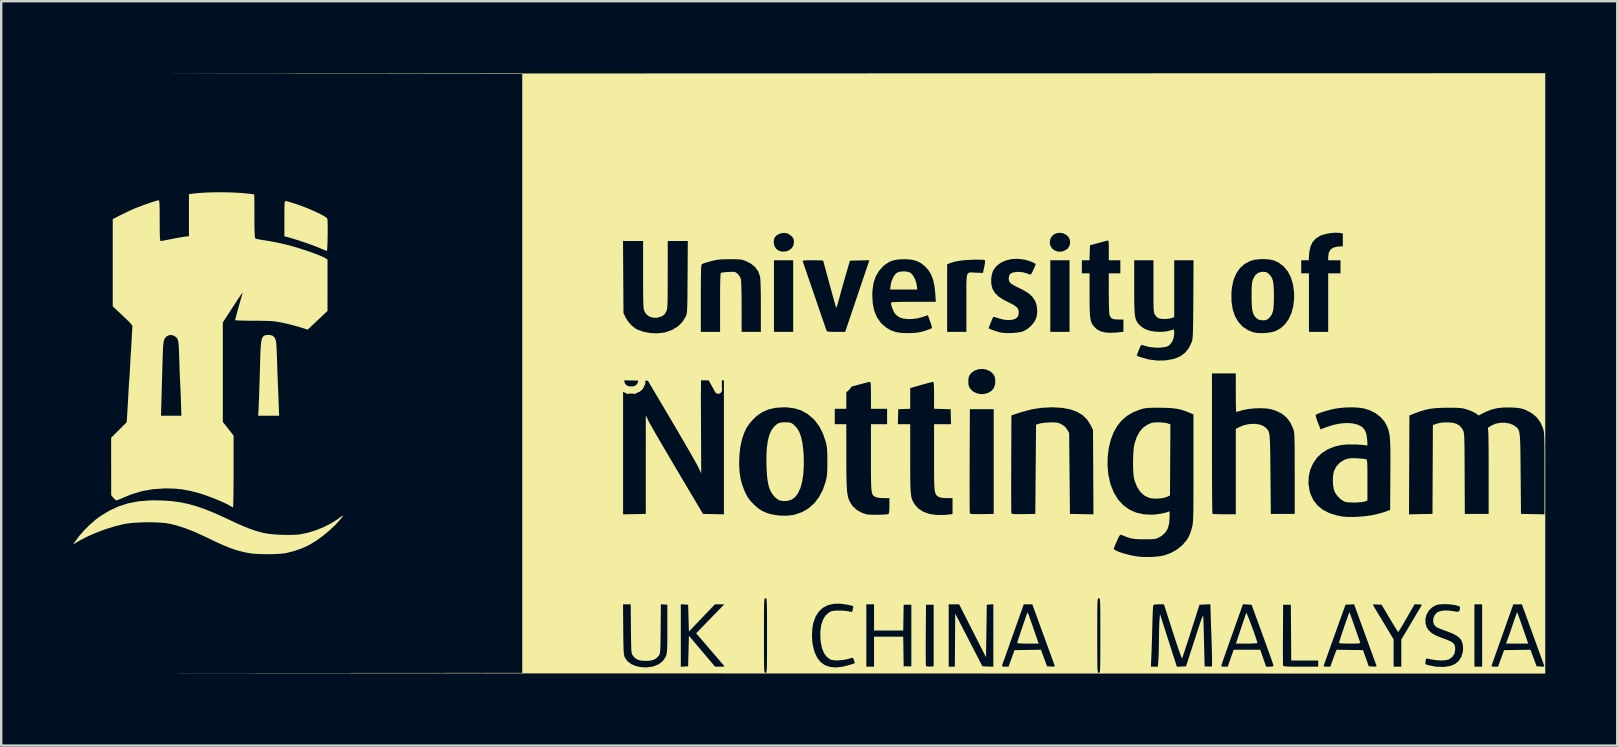
<source format=kicad_pcb>
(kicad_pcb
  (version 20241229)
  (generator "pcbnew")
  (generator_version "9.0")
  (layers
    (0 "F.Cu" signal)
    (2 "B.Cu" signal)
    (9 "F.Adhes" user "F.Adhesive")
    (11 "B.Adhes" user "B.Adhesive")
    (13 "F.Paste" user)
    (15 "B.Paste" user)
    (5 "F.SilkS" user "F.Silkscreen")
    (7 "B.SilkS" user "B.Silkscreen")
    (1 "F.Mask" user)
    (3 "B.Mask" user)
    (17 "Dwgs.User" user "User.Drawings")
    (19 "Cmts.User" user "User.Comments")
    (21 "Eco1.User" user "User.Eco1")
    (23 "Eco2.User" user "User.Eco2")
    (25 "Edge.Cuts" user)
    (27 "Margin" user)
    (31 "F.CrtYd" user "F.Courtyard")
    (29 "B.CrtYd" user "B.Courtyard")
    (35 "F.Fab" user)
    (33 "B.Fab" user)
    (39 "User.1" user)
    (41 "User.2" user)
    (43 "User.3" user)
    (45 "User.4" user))
  (footprint "UONLogo"
    (layer "F.Cu")
    (at 27.528 12.508)
    (property "Reference" "UONLogo" (at 0 0 0) (layer "F.SilkS") (effects (font (size 1.524 1.524) (thickness 0.3))))
    (attr board_only exclude_from_pos_files exclude_from_bom)
    (fp_poly (pts (xy 7.176 -4.247) (xy 7.308 -4.215) (xy 7.366 -4.184) (xy 7.46 -4.083) (xy 7.541 -3.938) (xy 7.598 -3.767) (xy 7.617 -3.664) (xy 7.639 -3.496) (xy 6.508 -3.496) (xy 6.528 -3.664) (xy 6.567 -3.841) (xy 6.635 -4.004) (xy 6.721 -4.132) (xy 6.777 -4.184) (xy 6.886 -4.231) (xy 7.027 -4.252)) (stroke (width 0) (type solid)) (fill yes) (layer "F.SilkS"))
    (fp_poly (pts (xy 32.647 9.981) (xy 32.678 10.065) (xy 32.723 10.192) (xy 32.78 10.352) (xy 32.845 10.537) (xy 32.869 10.608) (xy 33.094 11.257) (xy 32.169 11.257) (xy 32.259 11.008) (xy 32.306 10.878) (xy 32.365 10.709) (xy 32.428 10.524) (xy 32.486 10.349) (xy 32.537 10.2) (xy 32.581 10.076) (xy 32.614 9.99) (xy 32.632 9.95) (xy 32.634 9.949)) (stroke (width 0) (type solid)) (fill yes) (layer "F.SilkS"))
    (fp_poly (pts (xy 12.251 9.982) (xy 12.282 10.066) (xy 12.327 10.193) (xy 12.384 10.353) (xy 12.449 10.538) (xy 12.473 10.609) (xy 12.698 11.257) (xy 12.25 11.257) (xy 12.089 11.255) (xy 11.953 11.251) (xy 11.855 11.244) (xy 11.806 11.236) (xy 11.802 11.233) (xy 11.812 11.193) (xy 11.838 11.106) (xy 11.878 10.982) (xy 11.927 10.832) (xy 11.983 10.667) (xy 12.04 10.497) (xy 12.097 10.332) (xy 12.148 10.185) (xy 12.191 10.065) (xy 12.222 9.983) (xy 12.237 9.95) (xy 12.237 9.949)) (stroke (width 0) (type solid)) (fill yes) (layer "F.SilkS"))
    (fp_poly (pts (xy 21.36 9.992) (xy 21.391 10.06) (xy 21.435 10.168) (xy 21.489 10.305) (xy 21.548 10.462) (xy 21.609 10.628) (xy 21.668 10.792) (xy 21.722 10.944) (xy 21.765 11.074) (xy 21.795 11.172) (xy 21.808 11.226) (xy 21.808 11.229) (xy 21.778 11.239) (xy 21.695 11.248) (xy 21.571 11.254) (xy 21.418 11.257) (xy 21.361 11.257) (xy 20.915 11.257) (xy 21.121 10.639) (xy 21.185 10.449) (xy 21.242 10.278) (xy 21.29 10.136) (xy 21.325 10.032) (xy 21.344 9.978) (xy 21.346 9.974)) (stroke (width 0) (type solid)) (fill yes) (layer "F.SilkS"))
    (fp_poly (pts (xy 17.828 2.044) (xy 17.96 2.058) (xy 18.057 2.078) (xy 18.064 2.081) (xy 18.185 2.122) (xy 18.168 5.083) (xy 18.041 5.143) (xy 17.905 5.186) (xy 17.732 5.211) (xy 17.548 5.216) (xy 17.378 5.202) (xy 17.286 5.18) (xy 17.094 5.085) (xy 16.93 4.933) (xy 16.796 4.729) (xy 16.696 4.475) (xy 16.673 4.394) (xy 16.652 4.265) (xy 16.637 4.088) (xy 16.63 3.88) (xy 16.629 3.656) (xy 16.635 3.433) (xy 16.647 3.225) (xy 16.666 3.05) (xy 16.686 2.942) (xy 16.778 2.659) (xy 16.901 2.43) (xy 17.055 2.254) (xy 17.244 2.128) (xy 17.247 2.127) (xy 17.357 2.078) (xy 17.456 2.051) (xy 17.572 2.04) (xy 17.687 2.038)) (stroke (width 0) (type solid)) (fill yes) (layer "F.SilkS"))
    (fp_poly (pts (xy 25.658 9.984) (xy 25.69 10.068) (xy 25.735 10.193) (xy 25.791 10.351) (xy 25.855 10.532) (xy 25.862 10.554) (xy 25.927 10.74) (xy 25.986 10.908) (xy 26.035 11.048) (xy 26.071 11.148) (xy 26.09 11.199) (xy 26.09 11.201) (xy 26.094 11.223) (xy 26.081 11.238) (xy 26.04 11.248) (xy 25.962 11.254) (xy 25.839 11.256) (xy 25.661 11.257) (xy 25.66 11.257) (xy 25.498 11.255) (xy 25.362 11.251) (xy 25.262 11.244) (xy 25.212 11.236) (xy 25.208 11.233) (xy 25.217 11.192) (xy 25.244 11.105) (xy 25.284 10.98) (xy 25.333 10.83) (xy 25.389 10.665) (xy 25.446 10.495) (xy 25.503 10.331) (xy 25.555 10.184) (xy 25.598 10.064) (xy 25.628 9.983) (xy 25.643 9.951) (xy 25.644 9.951)) (stroke (width 0) (type solid)) (fill yes) (layer "F.SilkS"))
    (fp_poly (pts (xy 25.975 3.537) (xy 26.114 3.547) (xy 26.234 3.559) (xy 26.316 3.571) (xy 26.338 3.576) (xy 26.355 3.588) (xy 26.368 3.611) (xy 26.378 3.653) (xy 26.385 3.722) (xy 26.39 3.825) (xy 26.392 3.97) (xy 26.394 4.163) (xy 26.394 4.412) (xy 26.394 4.446) (xy 26.394 5.293) (xy 26.306 5.329) (xy 26.21 5.353) (xy 26.071 5.369) (xy 25.911 5.378) (xy 25.746 5.378) (xy 25.596 5.37) (xy 25.479 5.353) (xy 25.432 5.339) (xy 25.28 5.243) (xy 25.14 5.105) (xy 25.038 4.955) (xy 24.992 4.823) (xy 24.963 4.651) (xy 24.952 4.46) (xy 24.961 4.271) (xy 24.989 4.107) (xy 25 4.071) (xy 25.094 3.884) (xy 25.237 3.725) (xy 25.415 3.609) (xy 25.496 3.576) (xy 25.602 3.547) (xy 25.713 3.533) (xy 25.852 3.531)) (stroke (width 0) (type solid)) (fill yes) (layer "F.SilkS"))
    (fp_poly (pts (xy -19.24 -1.581) (xy -19.147 -1.511) (xy -19.09 -1.39) (xy -19.07 -1.279) (xy -19.063 -1.19) (xy -19.055 -1.052) (xy -19.047 -0.878) (xy -19.039 -0.682) (xy -19.034 -0.513) (xy -19.027 -0.296) (xy -19.02 -0.074) (xy -19.012 0.134) (xy -19.006 0.309) (xy -19.002 0.401) (xy -18.996 0.551) (xy -18.988 0.744) (xy -18.979 0.958) (xy -18.971 1.171) (xy -18.968 1.243) (xy -18.948 1.764) (xy -19.822 1.764) (xy -19.805 1.467) (xy -19.799 1.343) (xy -19.793 1.193) (xy -19.786 1.012) (xy -19.778 0.794) (xy -19.77 0.535) (xy -19.76 0.228) (xy -19.75 -0.131) (xy -19.738 -0.547) (xy -19.736 -0.625) (xy -19.727 -0.902) (xy -19.715 -1.121) (xy -19.699 -1.289) (xy -19.676 -1.413) (xy -19.643 -1.5) (xy -19.597 -1.555) (xy -19.537 -1.587) (xy -19.46 -1.601) (xy -19.371 -1.604)) (stroke (width 0) (type solid)) (fill yes) (layer "F.SilkS"))
    (fp_poly (pts (xy 22.145 -4.227) (xy 22.22 -4.199) (xy 22.294 -4.138) (xy 22.306 -4.127) (xy 22.371 -4.051) (xy 22.421 -3.964) (xy 22.456 -3.858) (xy 22.479 -3.722) (xy 22.492 -3.546) (xy 22.497 -3.319) (xy 22.498 -3.223) (xy 22.495 -2.976) (xy 22.485 -2.783) (xy 22.466 -2.633) (xy 22.435 -2.517) (xy 22.391 -2.425) (xy 22.331 -2.346) (xy 22.306 -2.319) (xy 22.229 -2.253) (xy 22.156 -2.221) (xy 22.055 -2.213) (xy 22.038 -2.213) (xy 21.918 -2.223) (xy 21.829 -2.258) (xy 21.781 -2.294) (xy 21.709 -2.365) (xy 21.655 -2.449) (xy 21.616 -2.554) (xy 21.59 -2.691) (xy 21.575 -2.869) (xy 21.568 -3.097) (xy 21.568 -3.223) (xy 21.569 -3.436) (xy 21.573 -3.597) (xy 21.581 -3.717) (xy 21.594 -3.808) (xy 21.613 -3.882) (xy 21.626 -3.92) (xy 21.71 -4.078) (xy 21.82 -4.18) (xy 21.961 -4.228) (xy 22.038 -4.233)) (stroke (width 0) (type solid)) (fill yes) (layer "F.SilkS"))
    (fp_poly (pts (xy 2.262 2.039) (xy 2.347 2.051) (xy 2.413 2.079) (xy 2.482 2.129) (xy 2.491 2.136) (xy 2.619 2.267) (xy 2.722 2.439) (xy 2.801 2.656) (xy 2.858 2.923) (xy 2.895 3.243) (xy 2.907 3.432) (xy 2.912 3.833) (xy 2.891 4.193) (xy 2.843 4.508) (xy 2.77 4.774) (xy 2.672 4.99) (xy 2.55 5.152) (xy 2.405 5.257) (xy 2.395 5.261) (xy 2.234 5.309) (xy 2.061 5.319) (xy 1.903 5.29) (xy 1.876 5.279) (xy 1.796 5.229) (xy 1.706 5.152) (xy 1.671 5.114) (xy 1.578 4.992) (xy 1.505 4.855) (xy 1.449 4.694) (xy 1.408 4.5) (xy 1.379 4.263) (xy 1.361 3.975) (xy 1.357 3.865) (xy 1.353 3.456) (xy 1.371 3.105) (xy 1.412 2.809) (xy 1.476 2.563) (xy 1.564 2.364) (xy 1.678 2.21) (xy 1.788 2.115) (xy 1.864 2.072) (xy 1.943 2.048) (xy 2.051 2.038) (xy 2.135 2.036)) (stroke (width 0) (type solid)) (fill yes) (layer "F.SilkS"))
    (fp_poly (pts (xy -18.623 -7.173) (xy -18.526 -7.146) (xy -18.393 -7.106) (xy -18.239 -7.056) (xy -18.199 -7.043) (xy -17.996 -6.97) (xy -17.788 -6.889) (xy -17.583 -6.803) (xy -17.392 -6.716) (xy -17.223 -6.634) (xy -17.085 -6.56) (xy -16.989 -6.498) (xy -16.943 -6.454) (xy -16.941 -6.451) (xy -16.934 -6.4) (xy -16.929 -6.302) (xy -16.926 -6.166) (xy -16.925 -6.004) (xy -16.926 -5.828) (xy -16.929 -5.648) (xy -16.932 -5.477) (xy -16.938 -5.326) (xy -16.944 -5.205) (xy -16.951 -5.127) (xy -16.959 -5.102) (xy -16.996 -5.115) (xy -17.078 -5.148) (xy -17.192 -5.195) (xy -17.27 -5.229) (xy -17.418 -5.289) (xy -17.61 -5.36) (xy -17.828 -5.437) (xy -18.054 -5.513) (xy -18.271 -5.583) (xy -18.462 -5.641) (xy -18.593 -5.677) (xy -18.729 -5.711) (xy -18.729 -6.447) (xy -18.729 -6.684) (xy -18.728 -6.864) (xy -18.725 -6.994) (xy -18.72 -7.084) (xy -18.712 -7.14) (xy -18.7 -7.17) (xy -18.685 -7.182) (xy -18.673 -7.183)) (stroke (width 0) (type solid)) (fill yes) (layer "F.SilkS"))
    (fp_poly (pts (xy -23.765 5.296) (xy -23.418 5.321) (xy -23.085 5.366) (xy -22.755 5.434) (xy -22.419 5.527) (xy -22.066 5.648) (xy -21.686 5.8) (xy -21.27 5.985) (xy -21.038 6.094) (xy -20.705 6.25) (xy -20.415 6.376) (xy -20.158 6.477) (xy -19.923 6.558) (xy -19.699 6.621) (xy -19.561 6.654) (xy -19.389 6.683) (xy -19.172 6.705) (xy -18.928 6.721) (xy -18.676 6.728) (xy -18.434 6.728) (xy -18.22 6.719) (xy -18.083 6.705) (xy -17.76 6.639) (xy -17.422 6.535) (xy -17.088 6.4) (xy -16.778 6.244) (xy -16.511 6.073) (xy -16.5 6.065) (xy -16.383 5.978) (xy -16.312 5.931) (xy -16.284 5.921) (xy -16.295 5.949) (xy -16.342 6.012) (xy -16.356 6.03) (xy -16.574 6.278) (xy -16.835 6.529) (xy -17.122 6.767) (xy -17.418 6.98) (xy -17.705 7.152) (xy -17.758 7.179) (xy -18.024 7.297) (xy -18.322 7.399) (xy -18.616 7.475) (xy -18.697 7.491) (xy -18.849 7.51) (xy -19.047 7.523) (xy -19.274 7.53) (xy -19.513 7.531) (xy -19.748 7.526) (xy -19.96 7.515) (xy -20.132 7.499) (xy -20.189 7.49) (xy -20.407 7.446) (xy -20.614 7.395) (xy -20.818 7.334) (xy -21.032 7.257) (xy -21.264 7.162) (xy -21.527 7.045) (xy -21.829 6.901) (xy -21.988 6.824) (xy -22.452 6.609) (xy -22.883 6.441) (xy -23.29 6.316) (xy -23.508 6.264) (xy -23.706 6.233) (xy -23.952 6.212) (xy -24.229 6.202) (xy -24.521 6.202) (xy -24.811 6.212) (xy -25.084 6.231) (xy -25.324 6.261) (xy -25.42 6.278) (xy -25.789 6.368) (xy -26.176 6.488) (xy -26.562 6.632) (xy -26.928 6.792) (xy -27.255 6.961) (xy -27.366 7.026) (xy -27.528 7.126) (xy -27.47 7.035) (xy -27.298 6.798) (xy -27.085 6.552) (xy -26.846 6.312) (xy -26.599 6.097) (xy -26.389 5.941) (xy -26.014 5.713) (xy -25.633 5.538) (xy -25.237 5.411) (xy -24.815 5.33) (xy -24.357 5.292) (xy -24.137 5.288)) (stroke (width 0) (type solid)) (fill yes) (layer "F.SilkS"))
    (fp_poly (pts (xy -20.938 -7.54) (xy -20.602 -7.523) (xy -20.349 -7.502) (xy -20.206 -7.487) (xy -20.09 -7.473) (xy -20.012 -7.463) (xy -19.987 -7.457) (xy -19.985 -7.424) (xy -19.982 -7.335) (xy -19.981 -7.199) (xy -19.979 -7.023) (xy -19.978 -6.815) (xy -19.978 -6.585) (xy -19.978 -6.55) (xy -19.977 -6.266) (xy -19.975 -6.04) (xy -19.971 -5.869) (xy -19.964 -5.747) (xy -19.955 -5.668) (xy -19.944 -5.628) (xy -19.939 -5.622) (xy -19.894 -5.606) (xy -19.798 -5.586) (xy -19.667 -5.562) (xy -19.513 -5.539) (xy -19.504 -5.537) (xy -19.321 -5.508) (xy -19.101 -5.466) (xy -18.871 -5.417) (xy -18.656 -5.366) (xy -18.622 -5.358) (xy -18.384 -5.293) (xy -18.141 -5.222) (xy -17.9 -5.145) (xy -17.67 -5.067) (xy -17.457 -4.99) (xy -17.27 -4.917) (xy -17.117 -4.851) (xy -17.005 -4.795) (xy -16.943 -4.752) (xy -16.932 -4.734) (xy -16.932 -4.694) (xy -16.932 -4.598) (xy -16.932 -4.454) (xy -16.932 -4.269) (xy -16.932 -4.051) (xy -16.932 -3.809) (xy -16.932 -3.651) (xy -16.933 -2.604) (xy -17.149 -2.4) (xy -17.277 -2.279) (xy -17.419 -2.145) (xy -17.547 -2.025) (xy -17.563 -2.01) (xy -17.762 -1.823) (xy -18.069 -1.922) (xy -18.229 -1.969) (xy -18.425 -2.021) (xy -18.63 -2.071) (xy -18.786 -2.106) (xy -18.92 -2.133) (xy -19.037 -2.154) (xy -19.151 -2.17) (xy -19.271 -2.18) (xy -19.412 -2.187) (xy -19.583 -2.191) (xy -19.799 -2.194) (xy -19.988 -2.194) (xy -20.206 -2.196) (xy -20.401 -2.199) (xy -20.565 -2.204) (xy -20.688 -2.209) (xy -20.763 -2.216) (xy -20.782 -2.221) (xy -20.774 -2.257) (xy -20.752 -2.342) (xy -20.719 -2.465) (xy -20.679 -2.612) (xy -20.635 -2.772) (xy -20.59 -2.933) (xy -20.549 -3.081) (xy -20.513 -3.206) (xy -20.488 -3.293) (xy -20.477 -3.327) (xy -20.469 -3.356) (xy -20.476 -3.359) (xy -20.501 -3.33) (xy -20.547 -3.266) (xy -20.618 -3.162) (xy -20.715 -3.015) (xy -20.843 -2.819) (xy -20.891 -2.745) (xy -21.295 -2.122) (xy -21.295 2.02) (xy -21.07 2.305) (xy -20.846 2.589) (xy -20.846 4.085) (xy -20.846 4.387) (xy -20.848 4.67) (xy -20.85 4.925) (xy -20.853 5.147) (xy -20.857 5.33) (xy -20.861 5.467) (xy -20.865 5.553) (xy -20.87 5.58) (xy -20.91 5.564) (xy -20.98 5.524) (xy -20.998 5.513) (xy -21.106 5.452) (xy -21.262 5.378) (xy -21.451 5.295) (xy -21.659 5.21) (xy -21.873 5.128) (xy -22.077 5.055) (xy -22.258 4.996) (xy -22.29 4.987) (xy -22.654 4.893) (xy -22.989 4.831) (xy -23.32 4.798) (xy -23.672 4.79) (xy -23.748 4.792) (xy -24.219 4.825) (xy -24.662 4.905) (xy -25.096 5.035) (xy -25.46 5.184) (xy -25.575 5.234) (xy -25.669 5.271) (xy -25.726 5.289) (xy -25.733 5.289) (xy -25.774 5.265) (xy -25.834 5.207) (xy -25.856 5.182) (xy -25.944 5.076) (xy -25.946 3.879) (xy -25.948 2.682) (xy -25.299 2.031) (xy -25.282 1.764) (xy -23.871 1.764) (xy -23.021 1.764) (xy -23.04 1.163) (xy -23.047 0.954) (xy -23.055 0.75) (xy -23.063 0.567) (xy -23.07 0.42) (xy -23.075 0.337) (xy -23.08 0.232) (xy -23.087 0.078) (xy -23.094 -0.11) (xy -23.101 -0.318) (xy -23.107 -0.513) (xy -23.115 -0.779) (xy -23.123 -0.989) (xy -23.132 -1.15) (xy -23.143 -1.27) (xy -23.157 -1.358) (xy -23.176 -1.421) (xy -23.201 -1.466) (xy -23.232 -1.502) (xy -23.257 -1.523) (xy -23.38 -1.592) (xy -23.507 -1.601) (xy -23.627 -1.548) (xy -23.667 -1.513) (xy -23.699 -1.477) (xy -23.725 -1.436) (xy -23.745 -1.381) (xy -23.762 -1.305) (xy -23.774 -1.202) (xy -23.785 -1.064) (xy -23.794 -0.884) (xy -23.802 -0.654) (xy -23.81 -0.368) (xy -23.811 -0.353) (xy -23.817 -0.134) (xy -23.824 0.128) (xy -23.832 0.412) (xy -23.84 0.698) (xy -23.848 0.965) (xy -23.849 1.002) (xy -23.871 1.764) (xy -25.282 1.764) (xy -25.272 1.601) (xy -25.259 1.39) (xy -25.245 1.154) (xy -25.233 0.925) (xy -25.225 0.77) (xy -25.216 0.604) (xy -25.207 0.452) (xy -25.198 0.33) (xy -25.192 0.257) (xy -25.185 0.183) (xy -25.177 0.06) (xy -25.168 -0.094) (xy -25.16 -0.263) (xy -25.158 -0.289) (xy -25.15 -0.46) (xy -25.142 -0.617) (xy -25.134 -0.745) (xy -25.128 -0.827) (xy -25.127 -0.834) (xy -25.122 -0.908) (xy -25.114 -1.03) (xy -25.105 -1.184) (xy -25.096 -1.354) (xy -25.095 -1.379) (xy -25.086 -1.549) (xy -25.078 -1.704) (xy -25.07 -1.828) (xy -25.064 -1.907) (xy -25.063 -1.914) (xy -25.063 -1.954) (xy -25.074 -1.994) (xy -25.103 -2.042) (xy -25.157 -2.105) (xy -25.241 -2.191) (xy -25.362 -2.307) (xy -25.467 -2.407) (xy -25.881 -2.796) (xy -25.881 -6.432) (xy -25.603 -6.571) (xy -25.445 -6.65) (xy -25.271 -6.733) (xy -25.115 -6.807) (xy -25.082 -6.822) (xy -24.97 -6.87) (xy -24.826 -6.927) (xy -24.663 -6.988) (xy -24.493 -7.05) (xy -24.327 -7.108) (xy -24.179 -7.158) (xy -24.061 -7.194) (xy -23.985 -7.214) (xy -23.969 -7.216) (xy -23.955 -7.206) (xy -23.945 -7.172) (xy -23.937 -7.108) (xy -23.931 -7.007) (xy -23.927 -6.862) (xy -23.925 -6.668) (xy -23.925 -6.417) (xy -23.925 -6.366) (xy -23.924 -6.098) (xy -23.922 -5.889) (xy -23.918 -5.733) (xy -23.912 -5.623) (xy -23.904 -5.554) (xy -23.893 -5.521) (xy -23.885 -5.516) (xy -23.839 -5.522) (xy -23.744 -5.539) (xy -23.614 -5.564) (xy -23.462 -5.594) (xy -23.451 -5.596) (xy -23.28 -5.63) (xy -23.114 -5.66) (xy -22.972 -5.684) (xy -22.882 -5.697) (xy -22.706 -5.717) (xy -22.706 -7.469) (xy -22.57 -7.487) (xy -22.305 -7.516) (xy -21.993 -7.535) (xy -21.65 -7.546) (xy -21.293 -7.547)) (stroke (width 0) (type solid)) (fill yes) (layer "F.SilkS"))
    (fp_poly (pts (xy 33.803 12.508) (xy 0.008 12.5) (xy -1.396 12.499) (xy -2.763 12.499) (xy -4.095 12.499) (xy -5.388 12.498) (xy -6.644 12.498) (xy -7.861 12.497) (xy -9.039 12.497) (xy -10.176 12.497) (xy -11.273 12.496) (xy -12.327 12.496) (xy -13.339 12.495) (xy -14.308 12.495) (xy -15.233 12.495) (xy -16.114 12.494) (xy -16.948 12.494) (xy -17.737 12.493) (xy -18.479 12.493) (xy -19.173 12.492) (xy -19.818 12.492) (xy -20.415 12.491) (xy -20.961 12.491) (xy -21.457 12.491) (xy -21.902 12.49) (xy -22.294 12.49) (xy -22.634 12.489) (xy -22.92 12.489) (xy -23.152 12.488) (xy -23.328 12.488) (xy -23.449 12.487) (xy -23.513 12.487) (xy -23.52 12.487) (xy -23.469 12.486) (xy -23.359 12.486) (xy -23.19 12.485) (xy -22.96 12.485) (xy -22.67 12.485) (xy -22.317 12.484) (xy -21.902 12.484) (xy -21.424 12.484) (xy -21.303 12.484) (xy -8.819 12.475) (xy -8.819 9.621) (xy -4.621 9.621) (xy -4.611 10.672) (xy -4.609 10.962) (xy -4.605 11.196) (xy -4.602 11.38) (xy -4.597 11.522) (xy -4.59 11.629) (xy -4.582 11.707) (xy -4.571 11.765) (xy -4.557 11.809) (xy -4.542 11.844) (xy -4.434 11.991) (xy -4.279 12.108) (xy -4.087 12.192) (xy -3.868 12.239) (xy -3.632 12.248) (xy -3.391 12.214) (xy -3.331 12.199) (xy -3.13 12.115) (xy -2.969 11.989) (xy -2.855 11.829) (xy -2.833 11.778) (xy -2.816 11.729) (xy -2.803 11.673) (xy -2.793 11.603) (xy -2.785 11.51) (xy -2.78 11.388) (xy -2.777 11.228) (xy -2.775 11.023) (xy -2.774 10.765) (xy -2.774 10.631) (xy -2.774 9.637) (xy -3.043 9.618) (xy -2.213 9.618) (xy -2.213 12.222) (xy -1.908 12.203) (xy -1.892 11.566) (xy -1.876 10.929) (xy -1.331 11.573) (xy -0.786 12.217) (xy -0.58 12.218) (xy -0.471 12.217) (xy -0.415 12.211) (xy -0.401 12.196) (xy -0.42 12.168) (xy -0.425 12.163) (xy -0.458 12.124) (xy -0.528 12.044) (xy -0.627 11.929) (xy -0.749 11.787) (xy -0.889 11.625) (xy -1.024 11.467) (xy -1.495 10.92) (xy 1.251 10.92) (xy 1.251 11.276) (xy 1.251 11.573) (xy 1.252 11.816) (xy 1.253 12.011) (xy 1.256 12.163) (xy 1.259 12.278) (xy 1.264 12.361) (xy 1.271 12.416) (xy 1.279 12.45) (xy 1.289 12.468) (xy 1.302 12.475) (xy 1.315 12.476) (xy 1.33 12.474) (xy 1.342 12.467) (xy 1.352 12.448) (xy 1.36 12.412) (xy 1.366 12.353) (xy 1.371 12.268) (xy 1.374 12.149) (xy 1.377 11.993) (xy 1.378 11.793) (xy 1.379 11.544) (xy 1.379 11.241) (xy 1.379 10.92) (xy 1.379 10.885) (xy 3.253 10.885) (xy 3.262 11.143) (xy 3.284 11.315) (xy 3.357 11.605) (xy 3.466 11.841) (xy 3.609 12.024) (xy 3.788 12.153) (xy 4.002 12.228) (xy 4.251 12.25) (xy 4.524 12.219) (xy 5.516 12.219) (xy 5.837 12.219) (xy 8.948 12.219) (xy 9.203 12.219) (xy 9.212 11.112) (xy 9.22 10.006) (xy 9.786 11.104) (xy 10.352 12.203) (xy 10.58 12.212) (xy 10.808 12.222) (xy 10.808 12.179) (xy 11.168 12.179) (xy 11.181 12.206) (xy 11.248 12.218) (xy 11.297 12.219) (xy 11.441 12.219) (xy 11.566 11.874) (xy 11.691 11.529) (xy 12.79 11.512) (xy 12.841 11.649) (xy 12.88 11.754) (xy 12.929 11.887) (xy 12.969 11.994) (xy 13.046 12.203) (xy 13.214 12.213) (xy 13.314 12.215) (xy 13.361 12.204) (xy 13.366 12.181) (xy 13.352 12.142) (xy 13.318 12.05) (xy 13.267 11.911) (xy 13.202 11.731) (xy 13.123 11.517) (xy 13.035 11.275) (xy 12.939 11.012) (xy 12.906 10.92) (xy 15.137 10.92) (xy 15.137 11.276) (xy 15.138 11.573) (xy 15.139 11.816) (xy 15.14 12.011) (xy 15.142 12.163) (xy 15.146 12.278) (xy 15.151 12.361) (xy 15.157 12.416) (xy 15.166 12.45) (xy 15.176 12.468) (xy 15.188 12.475) (xy 15.202 12.476) (xy 15.216 12.474) (xy 15.228 12.467) (xy 15.238 12.448) (xy 15.247 12.412) (xy 15.253 12.353) (xy 15.258 12.268) (xy 15.259 12.219) (xy 17.373 12.219) (xy 17.662 12.219) (xy 17.682 11.974) (xy 17.689 11.861) (xy 17.696 11.699) (xy 17.701 11.506) (xy 17.705 11.295) (xy 17.707 11.116) (xy 17.71 10.904) (xy 17.714 10.696) (xy 17.719 10.508) (xy 17.726 10.355) (xy 17.731 10.264) (xy 17.751 10.024) (xy 18.455 12.222) (xy 18.646 12.212) (xy 18.836 12.203) (xy 19.192 11.104) (xy 19.285 10.817) (xy 19.36 10.587) (xy 19.42 10.408) (xy 19.466 10.275) (xy 19.501 10.185) (xy 19.525 10.131) (xy 19.541 10.11) (xy 19.55 10.116) (xy 19.555 10.144) (xy 19.556 10.158) (xy 19.559 10.229) (xy 19.564 10.355) (xy 19.569 10.525) (xy 19.575 10.73) (xy 19.581 10.961) (xy 19.587 11.207) (xy 19.588 11.257) (xy 19.611 12.203) (xy 19.752 12.213) (xy 19.843 12.214) (xy 19.904 12.203) (xy 19.915 12.197) (xy 19.916 12.191) (xy 20.301 12.191) (xy 20.329 12.208) (xy 20.401 12.218) (xy 20.437 12.219) (xy 20.573 12.219) (xy 20.697 11.866) (xy 20.821 11.513) (xy 21.929 11.513) (xy 22.051 11.866) (xy 22.174 12.219) (xy 22.328 12.219) (xy 22.434 12.211) (xy 22.479 12.187) (xy 22.481 12.179) (xy 22.47 12.141) (xy 22.44 12.049) (xy 22.392 11.911) (xy 22.328 11.731) (xy 22.252 11.518) (xy 22.218 11.425) (xy 22.872 11.425) (xy 22.872 11.657) (xy 22.873 11.855) (xy 22.875 12.012) (xy 22.877 12.121) (xy 22.88 12.175) (xy 22.881 12.179) (xy 22.902 12.193) (xy 22.958 12.203) (xy 23.054 12.211) (xy 23.197 12.216) (xy 23.393 12.218) (xy 23.619 12.219) (xy 24.342 12.219) (xy 24.342 12.195) (xy 24.568 12.195) (xy 24.596 12.209) (xy 24.667 12.218) (xy 24.707 12.219) (xy 24.848 12.219) (xy 24.937 11.97) (xy 24.984 11.838) (xy 25.029 11.716) (xy 25.063 11.627) (xy 25.067 11.617) (xy 25.109 11.512) (xy 25.659 11.521) (xy 26.21 11.529) (xy 26.33 11.866) (xy 26.45 12.203) (xy 26.619 12.213) (xy 26.719 12.215) (xy 26.767 12.204) (xy 26.772 12.181) (xy 26.758 12.142) (xy 26.725 12.05) (xy 26.674 11.911) (xy 26.608 11.731) (xy 26.53 11.517) (xy 26.442 11.275) (xy 26.346 11.012) (xy 26.298 10.879) (xy 25.843 9.631) (xy 26.619 9.631) (xy 26.635 9.661) (xy 26.679 9.739) (xy 26.749 9.856) (xy 26.838 10.006) (xy 26.944 10.182) (xy 27.052 10.361) (xy 27.485 11.078) (xy 27.485 12.219) (xy 27.805 12.219) (xy 27.805 12.074) (xy 28.805 12.074) (xy 28.819 12.114) (xy 28.872 12.139) (xy 28.929 12.155) (xy 29.265 12.22) (xy 29.583 12.228) (xy 29.644 12.219) (xy 30.852 12.219) (xy 31.173 12.219) (xy 31.173 12.179) (xy 31.565 12.179) (xy 31.578 12.206) (xy 31.646 12.218) (xy 31.693 12.219) (xy 31.836 12.219) (xy 31.961 11.874) (xy 32.087 11.529) (xy 33.187 11.512) (xy 33.238 11.649) (xy 33.277 11.754) (xy 33.326 11.887) (xy 33.366 11.994) (xy 33.443 12.203) (xy 33.611 12.213) (xy 33.708 12.216) (xy 33.754 12.209) (xy 33.763 12.186) (xy 33.756 12.165) (xy 33.74 12.123) (xy 33.705 12.027) (xy 33.653 11.885) (xy 33.586 11.702) (xy 33.508 11.486) (xy 33.419 11.243) (xy 33.323 10.979) (xy 33.281 10.864) (xy 32.83 9.621) (xy 32.471 9.621) (xy 32.025 10.88) (xy 31.929 11.151) (xy 31.839 11.404) (xy 31.758 11.632) (xy 31.688 11.829) (xy 31.632 11.989) (xy 31.591 12.104) (xy 31.568 12.168) (xy 31.565 12.179) (xy 31.173 12.179) (xy 31.173 9.621) (xy 30.852 9.621) (xy 30.852 12.219) (xy 29.644 12.219) (xy 29.861 12.185) (xy 30.048 12.105) (xy 30.198 11.977) (xy 30.307 11.809) (xy 30.368 11.607) (xy 30.379 11.465) (xy 30.367 11.296) (xy 30.326 11.157) (xy 30.251 11.041) (xy 30.133 10.941) (xy 29.967 10.849) (xy 29.746 10.759) (xy 29.665 10.731) (xy 29.52 10.678) (xy 29.389 10.626) (xy 29.291 10.581) (xy 29.248 10.556) (xy 29.167 10.46) (xy 29.131 10.337) (xy 29.141 10.203) (xy 29.193 10.075) (xy 29.286 9.969) (xy 29.31 9.95) (xy 29.427 9.902) (xy 29.587 9.878) (xy 29.778 9.879) (xy 29.982 9.906) (xy 30.02 9.913) (xy 30.133 9.932) (xy 30.199 9.921) (xy 30.233 9.876) (xy 30.248 9.799) (xy 30.25 9.744) (xy 30.231 9.71) (xy 30.177 9.686) (xy 30.082 9.661) (xy 29.92 9.632) (xy 29.737 9.616) (xy 29.554 9.613) (xy 29.393 9.624) (xy 29.272 9.648) (xy 29.268 9.649) (xy 29.095 9.741) (xy 28.957 9.876) (xy 28.861 10.04) (xy 28.811 10.223) (xy 28.813 10.412) (xy 28.86 10.57) (xy 28.946 10.704) (xy 29.074 10.82) (xy 29.253 10.922) (xy 29.453 11.003) (xy 29.659 11.078) (xy 29.811 11.141) (xy 29.918 11.198) (xy 29.988 11.256) (xy 30.028 11.322) (xy 30.046 11.402) (xy 30.05 11.503) (xy 30.05 11.509) (xy 30.021 11.672) (xy 29.936 11.807) (xy 29.801 11.905) (xy 29.772 11.919) (xy 29.65 11.949) (xy 29.485 11.959) (xy 29.295 11.951) (xy 29.099 11.924) (xy 29.056 11.916) (xy 28.95 11.894) (xy 28.874 11.88) (xy 28.843 11.877) (xy 28.834 11.908) (xy 28.819 11.98) (xy 28.815 12) (xy 28.805 12.074) (xy 27.805 12.074) (xy 27.805 11.089) (xy 28.227 10.379) (xy 28.341 10.186) (xy 28.445 10.011) (xy 28.533 9.862) (xy 28.602 9.746) (xy 28.646 9.671) (xy 28.661 9.645) (xy 28.641 9.632) (xy 28.573 9.623) (xy 28.516 9.621) (xy 28.356 9.621) (xy 28.025 10.198) (xy 27.925 10.371) (xy 27.835 10.523) (xy 27.761 10.646) (xy 27.707 10.732) (xy 27.679 10.773) (xy 27.676 10.776) (xy 27.655 10.749) (xy 27.607 10.676) (xy 27.537 10.563) (xy 27.45 10.42) (xy 27.35 10.254) (xy 27.322 10.207) (xy 26.985 9.637) (xy 26.802 9.628) (xy 26.703 9.625) (xy 26.637 9.627) (xy 26.619 9.631) (xy 25.843 9.631) (xy 25.838 9.618) (xy 25.659 9.628) (xy 25.48 9.637) (xy 25.025 10.904) (xy 24.928 11.175) (xy 24.838 11.427) (xy 24.757 11.655) (xy 24.688 11.85) (xy 24.632 12.008) (xy 24.593 12.122) (xy 24.572 12.184) (xy 24.568 12.195) (xy 24.342 12.195) (xy 24.342 11.962) (xy 23.22 11.962) (xy 23.212 10.8) (xy 23.203 9.637) (xy 22.882 9.637) (xy 22.874 10.888) (xy 22.873 11.166) (xy 22.872 11.425) (xy 22.218 11.425) (xy 22.165 11.277) (xy 22.07 11.015) (xy 22.024 10.888) (xy 21.567 9.637) (xy 21.206 9.618) (xy 21.158 9.756) (xy 21.136 9.817) (xy 21.096 9.931) (xy 21.039 10.09) (xy 20.969 10.287) (xy 20.889 10.512) (xy 20.801 10.76) (xy 20.707 11.022) (xy 20.705 11.028) (xy 20.614 11.285) (xy 20.53 11.523) (xy 20.456 11.734) (xy 20.393 11.914) (xy 20.345 12.054) (xy 20.313 12.149) (xy 20.301 12.19) (xy 20.301 12.191) (xy 19.916 12.191) (xy 19.919 12.16) (xy 19.921 12.066) (xy 19.92 11.923) (xy 19.917 11.739) (xy 19.912 11.52) (xy 19.905 11.275) (xy 19.897 11.048) (xy 19.888 10.779) (xy 19.879 10.524) (xy 19.87 10.292) (xy 19.864 10.091) (xy 19.859 9.931) (xy 19.855 9.819) (xy 19.854 9.772) (xy 19.852 9.618) (xy 19.397 9.637) (xy 19.044 10.744) (xy 18.963 10.998) (xy 18.886 11.233) (xy 18.818 11.442) (xy 18.76 11.618) (xy 18.714 11.753) (xy 18.683 11.841) (xy 18.669 11.874) (xy 18.654 11.85) (xy 18.623 11.771) (xy 18.577 11.644) (xy 18.518 11.476) (xy 18.449 11.273) (xy 18.372 11.041) (xy 18.29 10.787) (xy 18.281 10.759) (xy 17.916 9.621) (xy 17.698 9.621) (xy 17.581 9.623) (xy 17.514 9.632) (xy 17.481 9.652) (xy 17.466 9.688) (xy 17.465 9.693) (xy 17.46 9.745) (xy 17.454 9.851) (xy 17.448 10.001) (xy 17.441 10.185) (xy 17.435 10.393) (xy 17.432 10.519) (xy 17.425 10.769) (xy 17.418 11.031) (xy 17.41 11.288) (xy 17.402 11.52) (xy 17.395 11.711) (xy 17.393 11.746) (xy 17.373 12.219) (xy 15.259 12.219) (xy 15.261 12.149) (xy 15.263 11.993) (xy 15.265 11.793) (xy 15.265 11.544) (xy 15.266 11.241) (xy 15.266 10.92) (xy 15.266 10.564) (xy 15.265 10.268) (xy 15.265 10.024) (xy 15.263 9.829) (xy 15.261 9.677) (xy 15.257 9.562) (xy 15.252 9.479) (xy 15.246 9.424) (xy 15.238 9.39) (xy 15.227 9.372) (xy 15.215 9.366) (xy 15.202 9.365) (xy 15.187 9.366) (xy 15.175 9.374) (xy 15.165 9.393) (xy 15.157 9.429) (xy 15.15 9.487) (xy 15.146 9.572) (xy 15.142 9.691) (xy 15.14 9.847) (xy 15.138 10.047) (xy 15.138 10.296) (xy 15.137 10.599) (xy 15.137 10.92) (xy 12.906 10.92) (xy 12.891 10.88) (xy 12.432 9.621) (xy 12.253 9.621) (xy 12.075 9.622) (xy 11.629 10.88) (xy 11.532 11.151) (xy 11.443 11.404) (xy 11.362 11.632) (xy 11.292 11.83) (xy 11.235 11.989) (xy 11.195 12.104) (xy 11.172 12.168) (xy 11.168 12.179) (xy 10.808 12.179) (xy 10.808 9.618) (xy 10.672 9.627) (xy 10.535 9.637) (xy 10.519 10.731) (xy 10.503 11.825) (xy 9.943 10.723) (xy 9.383 9.621) (xy 8.948 9.621) (xy 8.948 12.219) (xy 5.837 12.219) (xy 5.837 10.968) (xy 7.054 10.968) (xy 7.072 12.203) (xy 7.392 12.203) (xy 7.392 11.425) (xy 7.991 11.425) (xy 7.991 11.657) (xy 7.993 11.856) (xy 7.994 12.013) (xy 7.997 12.123) (xy 8 12.177) (xy 8.001 12.181) (xy 8.043 12.208) (xy 8.142 12.214) (xy 8.17 12.213) (xy 8.322 12.203) (xy 8.322 9.637) (xy 8.002 9.637) (xy 7.993 10.888) (xy 7.992 11.166) (xy 7.991 11.425) (xy 7.392 11.425) (xy 7.392 9.637) (xy 7.072 9.637) (xy 7.054 10.712) (xy 5.837 10.712) (xy 5.837 9.621) (xy 5.516 9.621) (xy 5.516 12.219) (xy 4.524 12.219) (xy 4.534 12.218) (xy 4.734 12.169) (xy 4.86 12.132) (xy 4.959 12.1) (xy 5.019 12.08) (xy 5.03 12.075) (xy 5.028 12.04) (xy 5.01 11.968) (xy 5.003 11.946) (xy 4.969 11.869) (xy 4.933 11.846) (xy 4.912 11.85) (xy 4.746 11.901) (xy 4.562 11.936) (xy 4.377 11.955) (xy 4.208 11.956) (xy 4.072 11.937) (xy 4.012 11.916) (xy 3.865 11.807) (xy 3.75 11.65) (xy 3.668 11.441) (xy 3.616 11.178) (xy 3.602 11.027) (xy 3.601 10.739) (xy 3.637 10.483) (xy 3.709 10.265) (xy 3.814 10.09) (xy 3.949 9.964) (xy 4.051 9.912) (xy 4.142 9.893) (xy 4.276 9.882) (xy 4.432 9.88) (xy 4.59 9.887) (xy 4.728 9.903) (xy 4.775 9.912) (xy 4.861 9.929) (xy 4.915 9.936) (xy 4.924 9.935) (xy 4.935 9.901) (xy 4.951 9.827) (xy 4.955 9.809) (xy 4.977 9.692) (xy 4.751 9.64) (xy 4.438 9.593) (xy 4.159 9.598) (xy 3.914 9.656) (xy 3.705 9.765) (xy 3.533 9.926) (xy 3.4 10.137) (xy 3.307 10.398) (xy 3.305 10.407) (xy 3.267 10.63) (xy 3.253 10.885) (xy 1.379 10.885) (xy 1.379 10.564) (xy 1.379 10.268) (xy 1.378 10.024) (xy 1.376 9.829) (xy 1.374 9.677) (xy 1.37 9.562) (xy 1.366 9.479) (xy 1.359 9.424) (xy 1.351 9.39) (xy 1.341 9.372) (xy 1.328 9.366) (xy 1.315 9.365) (xy 1.3 9.366) (xy 1.288 9.374) (xy 1.278 9.393) (xy 1.27 9.429) (xy 1.264 9.487) (xy 1.259 9.572) (xy 1.255 9.691) (xy 1.253 9.847) (xy 1.252 10.047) (xy 1.251 10.296) (xy 1.251 10.599) (xy 1.251 10.92) (xy -1.495 10.92) (xy -1.574 10.828) (xy -1.308 10.553) (xy -1.179 10.419) (xy -1.024 10.26) (xy -0.864 10.095) (xy -0.722 9.95) (xy -0.402 9.621) (xy -0.792 9.621) (xy -1.876 10.755) (xy -1.892 10.196) (xy -1.908 9.637) (xy -2.213 9.618) (xy -3.043 9.618) (xy -3.044 9.618) (xy -3.053 10.643) (xy -3.056 10.928) (xy -3.059 11.155) (xy -3.062 11.332) (xy -3.067 11.467) (xy -3.073 11.566) (xy -3.081 11.636) (xy -3.092 11.686) (xy -3.105 11.721) (xy -3.123 11.749) (xy -3.13 11.76) (xy -3.23 11.866) (xy -3.349 11.934) (xy -3.5 11.969) (xy -3.672 11.977) (xy -3.861 11.966) (xy -4.002 11.932) (xy -4.111 11.868) (xy -4.201 11.77) (xy -4.207 11.762) (xy -4.227 11.732) (xy -4.244 11.7) (xy -4.257 11.66) (xy -4.267 11.604) (xy -4.274 11.524) (xy -4.279 11.414) (xy -4.283 11.267) (xy -4.286 11.075) (xy -4.289 10.831) (xy -4.291 10.639) (xy -4.3 9.621) (xy -4.621 9.621) (xy -8.819 9.621) (xy -8.819 0.287) (xy -4.618 0.287) (xy -4.618 5.871) (xy -3.672 5.853) (xy -3.672 1.748) (xy -3.556 1.988) (xy -3.519 2.058) (xy -3.453 2.177) (xy -3.36 2.34) (xy -3.243 2.543) (xy -3.106 2.778) (xy -2.952 3.042) (xy -2.784 3.329) (xy -2.605 3.633) (xy -2.418 3.95) (xy -2.364 4.041) (xy -1.289 5.853) (xy -0.417 5.871) (xy -0.417 3.768) (xy 0.217 3.768) (xy 0.236 4.119) (xy 0.286 4.433) (xy 0.339 4.621) (xy 0.412 4.823) (xy 0.495 5.012) (xy 0.578 5.165) (xy 0.579 5.167) (xy 0.697 5.321) (xy 0.851 5.48) (xy 1.019 5.624) (xy 1.158 5.719) (xy 1.371 5.815) (xy 1.625 5.884) (xy 1.901 5.922) (xy 2.181 5.929) (xy 2.448 5.901) (xy 2.526 5.885) (xy 2.833 5.781) (xy 3.106 5.624) (xy 3.343 5.415) (xy 3.544 5.155) (xy 3.705 4.846) (xy 3.822 4.506) (xy 3.848 4.401) (xy 3.867 4.298) (xy 3.88 4.185) (xy 3.888 4.048) (xy 3.891 3.873) (xy 3.892 3.672) (xy 3.891 3.451) (xy 3.887 3.28) (xy 3.879 3.146) (xy 3.866 3.035) (xy 3.846 2.933) (xy 3.822 2.838) (xy 3.707 2.499) (xy 3.559 2.21) (xy 3.49 2.117) (xy 4.201 2.117) (xy 4.682 2.117) (xy 4.683 3.44) (xy 4.683 3.813) (xy 4.685 4.129) (xy 4.69 4.393) (xy 4.696 4.611) (xy 4.705 4.79) (xy 4.718 4.936) (xy 4.734 5.054) (xy 4.754 5.152) (xy 4.779 5.235) (xy 4.808 5.309) (xy 4.929 5.507) (xy 5.101 5.673) (xy 5.312 5.799) (xy 5.508 5.868) (xy 5.584 5.879) (xy 5.702 5.886) (xy 5.847 5.889) (xy 6.003 5.888) (xy 6.156 5.885) (xy 6.29 5.878) (xy 6.39 5.868) (xy 6.441 5.856) (xy 6.461 5.81) (xy 6.473 5.704) (xy 6.478 5.54) (xy 6.478 5.514) (xy 6.478 5.195) (xy 6.236 5.195) (xy 6.066 5.187) (xy 5.939 5.163) (xy 5.9 5.147) (xy 5.856 5.123) (xy 5.819 5.098) (xy 5.789 5.065) (xy 5.765 5.019) (xy 5.746 4.955) (xy 5.732 4.866) (xy 5.722 4.747) (xy 5.716 4.592) (xy 5.712 4.395) (xy 5.709 4.151) (xy 5.709 3.854) (xy 5.709 3.513) (xy 5.709 2.117) (xy 6.382 2.117) (xy 6.829 2.117) (xy 7.344 2.117) (xy 7.344 3.554) (xy 7.344 3.919) (xy 7.345 4.225) (xy 7.348 4.48) (xy 7.352 4.689) (xy 7.36 4.859) (xy 7.371 4.996) (xy 7.385 5.106) (xy 7.405 5.196) (xy 7.43 5.27) (xy 7.461 5.337) (xy 7.498 5.401) (xy 7.543 5.47) (xy 7.545 5.472) (xy 7.695 5.639) (xy 7.893 5.765) (xy 8.137 5.851) (xy 8.422 5.896) (xy 8.747 5.898) (xy 8.94 5.88) (xy 9.108 5.86) (xy 9.108 5.195) (xy 8.864 5.195) (xy 8.699 5.188) (xy 8.583 5.165) (xy 8.528 5.141) (xy 8.484 5.114) (xy 8.448 5.085) (xy 8.418 5.049) (xy 8.394 4.999) (xy 8.376 4.931) (xy 8.362 4.838) (xy 8.352 4.714) (xy 8.35 4.678) (xy 9.819 4.678) (xy 9.82 4.972) (xy 9.82 5.232) (xy 9.821 5.452) (xy 9.823 5.627) (xy 9.825 5.751) (xy 9.827 5.819) (xy 9.829 5.83) (xy 9.851 5.846) (xy 9.907 5.857) (xy 10.006 5.863) (xy 10.155 5.864) (xy 10.334 5.862) (xy 10.824 5.853) (xy 10.824 4.772) (xy 11.551 4.772) (xy 11.551 5.054) (xy 11.552 5.301) (xy 11.554 5.508) (xy 11.555 5.668) (xy 11.557 5.776) (xy 11.56 5.827) (xy 11.561 5.83) (xy 11.583 5.846) (xy 11.639 5.857) (xy 11.738 5.863) (xy 11.887 5.864) (xy 12.066 5.862) (xy 12.556 5.853) (xy 12.572 3.994) (xy 12.588 2.136) (xy 12.732 2.091) (xy 12.83 2.07) (xy 12.968 2.053) (xy 13.122 2.043) (xy 13.182 2.041) (xy 13.334 2.041) (xy 13.441 2.048) (xy 13.525 2.066) (xy 13.604 2.097) (xy 13.647 2.119) (xy 13.782 2.209) (xy 13.878 2.328) (xy 13.887 2.343) (xy 13.967 2.485) (xy 13.983 4.169) (xy 13.999 5.853) (xy 14.489 5.862) (xy 14.979 5.871) (xy 14.97 4.113) (xy 14.969 3.847) (xy 15.566 3.847) (xy 15.6 4.217) (xy 15.677 4.571) (xy 15.698 4.643) (xy 15.832 4.974) (xy 16.007 5.256) (xy 16.221 5.489) (xy 16.472 5.67) (xy 16.756 5.798) (xy 17.07 5.87) (xy 17.413 5.886) (xy 17.606 5.871) (xy 17.753 5.849) (xy 17.893 5.823) (xy 18 5.797) (xy 18.02 5.79) (xy 18.152 5.744) (xy 18.151 6.007) (xy 18.131 6.259) (xy 18.074 6.464) (xy 17.974 6.629) (xy 17.829 6.761) (xy 17.725 6.824) (xy 17.657 6.858) (xy 17.595 6.882) (xy 17.527 6.897) (xy 17.438 6.906) (xy 17.316 6.91) (xy 17.146 6.911) (xy 17.094 6.911) (xy 16.886 6.908) (xy 16.723 6.899) (xy 16.585 6.88) (xy 16.453 6.846) (xy 16.306 6.794) (xy 16.129 6.722) (xy 16.099 6.724) (xy 16.064 6.763) (xy 16.019 6.845) (xy 15.958 6.979) (xy 15.904 7.104) (xy 15.859 7.209) (xy 15.829 7.279) (xy 15.822 7.296) (xy 15.84 7.332) (xy 15.911 7.377) (xy 16.025 7.427) (xy 16.171 7.478) (xy 16.339 7.528) (xy 16.519 7.573) (xy 16.701 7.61) (xy 16.839 7.631) (xy 17.041 7.647) (xy 17.271 7.65) (xy 17.504 7.64) (xy 17.72 7.619) (xy 17.897 7.588) (xy 17.911 7.585) (xy 18.194 7.485) (xy 18.455 7.34) (xy 18.681 7.158) (xy 18.863 6.947) (xy 18.932 6.835) (xy 18.984 6.722) (xy 19.038 6.577) (xy 19.082 6.431) (xy 19.083 6.427) (xy 19.095 6.377) (xy 19.106 6.325) (xy 19.115 6.266) (xy 19.122 6.196) (xy 19.129 6.11) (xy 19.134 6.002) (xy 19.138 5.869) (xy 19.141 5.704) (xy 19.143 5.503) (xy 19.144 5.262) (xy 19.145 4.974) (xy 19.146 4.635) (xy 19.146 4.24) (xy 19.146 3.944) (xy 19.146 2.913) (xy 19.916 2.913) (xy 19.916 3.34) (xy 19.917 3.748) (xy 19.918 4.134) (xy 19.919 4.492) (xy 19.921 4.818) (xy 19.923 5.107) (xy 19.926 5.356) (xy 19.928 5.558) (xy 19.931 5.711) (xy 19.934 5.809) (xy 19.937 5.847) (xy 19.937 5.848) (xy 19.975 5.855) (xy 20.066 5.861) (xy 20.196 5.866) (xy 20.356 5.869) (xy 20.434 5.869) (xy 20.91 5.869) (xy 20.91 2.31) (xy 21.067 2.231) (xy 21.265 2.153) (xy 21.475 2.11) (xy 21.684 2.1) (xy 21.878 2.124) (xy 22.044 2.181) (xy 22.167 2.269) (xy 22.168 2.27) (xy 22.204 2.309) (xy 22.235 2.345) (xy 22.261 2.384) (xy 22.282 2.431) (xy 22.299 2.492) (xy 22.313 2.571) (xy 22.323 2.676) (xy 22.331 2.81) (xy 22.338 2.981) (xy 22.342 3.192) (xy 22.346 3.45) (xy 22.349 3.761) (xy 22.353 4.129) (xy 22.353 4.185) (xy 22.369 5.853) (xy 23.364 5.853) (xy 23.364 4.59) (xy 23.937 4.59) (xy 23.983 4.889) (xy 24.023 5.025) (xy 24.144 5.282) (xy 24.315 5.501) (xy 24.537 5.68) (xy 24.809 5.82) (xy 25.13 5.92) (xy 25.374 5.965) (xy 25.558 5.979) (xy 25.784 5.981) (xy 26.034 5.97) (xy 26.287 5.949) (xy 26.524 5.917) (xy 26.628 5.898) (xy 26.751 5.871) (xy 28.126 5.871) (xy 28.615 5.862) (xy 29.104 5.853) (xy 29.121 2.154) (xy 29.271 2.097) (xy 29.444 2.054) (xy 29.676 2.038) (xy 29.695 2.038) (xy 29.926 2.052) (xy 30.107 2.1) (xy 30.244 2.184) (xy 30.344 2.307) (xy 30.364 2.344) (xy 30.38 2.377) (xy 30.393 2.41) (xy 30.405 2.449) (xy 30.414 2.5) (xy 30.421 2.567) (xy 30.427 2.657) (xy 30.431 2.774) (xy 30.435 2.925) (xy 30.438 3.116) (xy 30.44 3.35) (xy 30.441 3.636) (xy 30.443 3.976) (xy 30.444 4.172) (xy 30.451 5.853) (xy 31.445 5.853) (xy 31.445 4.233) (xy 31.445 3.911) (xy 31.444 3.602) (xy 31.443 3.316) (xy 31.441 3.057) (xy 31.438 2.834) (xy 31.436 2.653) (xy 31.433 2.521) (xy 31.43 2.446) (xy 31.429 2.44) (xy 31.413 2.265) (xy 31.566 2.17) (xy 31.734 2.095) (xy 31.929 2.057) (xy 32.131 2.055) (xy 32.324 2.089) (xy 32.488 2.157) (xy 32.551 2.202) (xy 32.596 2.239) (xy 32.634 2.273) (xy 32.665 2.309) (xy 32.691 2.354) (xy 32.712 2.411) (xy 32.728 2.488) (xy 32.741 2.588) (xy 32.751 2.718) (xy 32.758 2.882) (xy 32.764 3.087) (xy 32.768 3.337) (xy 32.771 3.638) (xy 32.775 3.996) (xy 32.776 4.169) (xy 32.792 5.853) (xy 33.281 5.862) (xy 33.77 5.871) (xy 33.77 4.169) (xy 33.77 3.794) (xy 33.77 3.478) (xy 33.769 3.215) (xy 33.768 2.998) (xy 33.765 2.823) (xy 33.761 2.683) (xy 33.757 2.574) (xy 33.75 2.488) (xy 33.742 2.422) (xy 33.732 2.367) (xy 33.72 2.32) (xy 33.706 2.275) (xy 33.703 2.268) (xy 33.592 2.021) (xy 33.435 1.816) (xy 33.231 1.649) (xy 32.975 1.517) (xy 32.94 1.503) (xy 32.831 1.468) (xy 32.706 1.444) (xy 32.548 1.428) (xy 32.375 1.419) (xy 32.069 1.42) (xy 31.805 1.447) (xy 31.566 1.504) (xy 31.335 1.595) (xy 31.265 1.629) (xy 31.022 1.752) (xy 30.929 1.677) (xy 30.854 1.632) (xy 30.74 1.578) (xy 30.608 1.526) (xy 30.579 1.516) (xy 30.483 1.485) (xy 30.398 1.462) (xy 30.312 1.447) (xy 30.211 1.437) (xy 30.083 1.432) (xy 29.913 1.43) (xy 29.746 1.429) (xy 29.452 1.434) (xy 29.204 1.449) (xy 28.985 1.478) (xy 28.777 1.524) (xy 28.563 1.59) (xy 28.367 1.662) (xy 28.142 1.75) (xy 28.126 5.871) (xy 26.751 5.871) (xy 26.791 5.862) (xy 26.957 5.818) (xy 27.098 5.776) (xy 27.141 5.761) (xy 27.34 5.686) (xy 27.349 4.246) (xy 27.351 3.87) (xy 27.352 3.552) (xy 27.351 3.285) (xy 27.347 3.062) (xy 27.341 2.879) (xy 27.331 2.727) (xy 27.319 2.602) (xy 27.302 2.495) (xy 27.281 2.402) (xy 27.256 2.315) (xy 27.225 2.228) (xy 27.224 2.227) (xy 27.112 2.013) (xy 26.946 1.822) (xy 26.736 1.66) (xy 26.492 1.535) (xy 26.238 1.457) (xy 26.009 1.425) (xy 25.743 1.412) (xy 25.459 1.42) (xy 25.182 1.447) (xy 25.01 1.476) (xy 24.851 1.513) (xy 24.685 1.557) (xy 24.527 1.606) (xy 24.39 1.654) (xy 24.288 1.696) (xy 24.238 1.726) (xy 24.239 1.764) (xy 24.26 1.848) (xy 24.298 1.962) (xy 24.328 2.04) (xy 24.441 2.331) (xy 24.721 2.226) (xy 25.004 2.137) (xy 25.281 2.084) (xy 25.544 2.066) (xy 25.782 2.083) (xy 25.988 2.135) (xy 26.154 2.22) (xy 26.224 2.282) (xy 26.289 2.37) (xy 26.335 2.477) (xy 26.366 2.62) (xy 26.384 2.784) (xy 26.393 2.906) (xy 26.394 2.976) (xy 26.384 3.005) (xy 26.361 3.007) (xy 26.343 3) (xy 26.289 2.989) (xy 26.185 2.978) (xy 26.046 2.968) (xy 25.885 2.959) (xy 25.864 2.959) (xy 25.544 2.959) (xy 25.265 2.99) (xy 25.01 3.054) (xy 24.762 3.154) (xy 24.739 3.165) (xy 24.493 3.319) (xy 24.288 3.517) (xy 24.127 3.752) (xy 24.012 4.014) (xy 23.948 4.296) (xy 23.937 4.59) (xy 23.364 4.59) (xy 23.364 4.169) (xy 23.363 3.795) (xy 23.363 3.48) (xy 23.362 3.217) (xy 23.36 3.001) (xy 23.357 2.827) (xy 23.354 2.689) (xy 23.349 2.581) (xy 23.342 2.497) (xy 23.334 2.432) (xy 23.324 2.381) (xy 23.311 2.336) (xy 23.302 2.309) (xy 23.185 2.051) (xy 23.026 1.839) (xy 22.823 1.674) (xy 22.574 1.551) (xy 22.362 1.488) (xy 22.171 1.459) (xy 21.941 1.449) (xy 21.694 1.456) (xy 21.45 1.481) (xy 21.231 1.522) (xy 21.175 1.537) (xy 21.062 1.569) (xy 20.974 1.592) (xy 20.929 1.603) (xy 20.927 1.604) (xy 20.922 1.573) (xy 20.918 1.487) (xy 20.915 1.354) (xy 20.912 1.182) (xy 20.911 0.981) (xy 20.91 0.802) (xy 20.91 0) (xy 19.916 0) (xy 19.916 2.913) (xy 19.146 2.913) (xy 19.146 1.708) (xy 18.983 1.638) (xy 18.8 1.565) (xy 18.627 1.51) (xy 18.448 1.472) (xy 18.251 1.448) (xy 18.018 1.434) (xy 17.751 1.43) (xy 17.537 1.43) (xy 17.375 1.432) (xy 17.25 1.438) (xy 17.15 1.449) (xy 17.061 1.466) (xy 16.971 1.49) (xy 16.933 1.502) (xy 16.628 1.62) (xy 16.37 1.773) (xy 16.149 1.967) (xy 15.974 2.183) (xy 15.819 2.453) (xy 15.7 2.766) (xy 15.617 3.11) (xy 15.572 3.475) (xy 15.566 3.847) (xy 14.969 3.847) (xy 14.961 2.356) (xy 14.855 2.141) (xy 14.713 1.919) (xy 14.526 1.738) (xy 14.291 1.598) (xy 14.008 1.497) (xy 13.676 1.435) (xy 13.293 1.412) (xy 13.259 1.412) (xy 12.82 1.432) (xy 12.398 1.498) (xy 11.969 1.613) (xy 11.914 1.631) (xy 11.561 1.748) (xy 11.553 3.768) (xy 11.552 4.123) (xy 11.551 4.459) (xy 11.551 4.772) (xy 10.824 4.772) (xy 10.824 1.491) (xy 9.83 1.491) (xy 9.821 3.64) (xy 9.82 4.006) (xy 9.82 4.354) (xy 9.819 4.678) (xy 8.35 4.678) (xy 8.345 4.555) (xy 8.341 4.353) (xy 8.339 4.103) (xy 8.338 3.8) (xy 8.338 3.499) (xy 8.338 2.117) (xy 9.046 2.117) (xy 9.037 1.804) (xy 9.028 1.491) (xy 8.683 1.482) (xy 8.338 1.473) (xy 8.338 0.913) (xy 8.337 0.695) (xy 8.333 0.535) (xy 8.325 0.429) (xy 8.314 0.37) (xy 8.3 0.353) (xy 8.248 0.362) (xy 8.143 0.387) (xy 7.992 0.427) (xy 7.803 0.48) (xy 7.584 0.542) (xy 7.561 0.549) (xy 7.344 0.612) (xy 7.344 1.473) (xy 7.096 1.482) (xy 6.847 1.491) (xy 6.838 1.804) (xy 6.829 2.117) (xy 6.382 2.117) (xy 6.382 1.475) (xy 5.709 1.475) (xy 5.709 0.914) (xy 5.708 0.709) (xy 5.705 0.559) (xy 5.7 0.457) (xy 5.692 0.394) (xy 5.679 0.362) (xy 5.662 0.353) (xy 5.66 0.353) (xy 5.615 0.361) (xy 5.521 0.384) (xy 5.389 0.417) (xy 5.233 0.459) (xy 5.064 0.505) (xy 4.895 0.552) (xy 4.739 0.597) (xy 4.738 0.597) (xy 4.716 0.61) (xy 4.7 0.64) (xy 4.69 0.698) (xy 4.685 0.793) (xy 4.683 0.936) (xy 4.682 1.044) (xy 4.682 1.475) (xy 4.201 1.475) (xy 4.201 2.117) (xy 3.49 2.117) (xy 3.375 1.962) (xy 3.306 1.89) (xy 3.069 1.69) (xy 2.812 1.546) (xy 2.526 1.455) (xy 2.205 1.414) (xy 2.079 1.411) (xy 1.741 1.432) (xy 1.444 1.498) (xy 1.182 1.612) (xy 0.946 1.776) (xy 0.799 1.916) (xy 0.644 2.094) (xy 0.527 2.267) (xy 0.435 2.456) (xy 0.355 2.683) (xy 0.338 2.74) (xy 0.268 3.055) (xy 0.228 3.406) (xy 0.217 3.768) (xy -0.417 3.768) (xy -0.417 0.337) (xy 9.766 0.337) (xy 9.772 0.467) (xy 9.798 0.561) (xy 9.843 0.637) (xy 9.958 0.749) (xy 10.113 0.827) (xy 10.287 0.863) (xy 10.327 0.865) (xy 10.453 0.85) (xy 10.581 0.814) (xy 10.603 0.805) (xy 10.748 0.712) (xy 10.84 0.586) (xy 10.884 0.422) (xy 10.888 0.337) (xy 10.881 0.207) (xy 10.856 0.113) (xy 10.811 0.036) (xy 10.691 -0.081) (xy 10.538 -0.155) (xy 10.366 -0.186) (xy 10.192 -0.174) (xy 10.029 -0.12) (xy 9.892 -0.022) (xy 9.843 0.036) (xy 9.794 0.121) (xy 9.771 0.218) (xy 9.766 0.337) (xy -0.417 0.337) (xy -0.417 0.289) (xy -1.38 0.289) (xy -1.372 2.223) (xy -1.363 4.158) (xy -1.497 3.883) (xy -1.538 3.805) (xy -1.608 3.678) (xy -1.704 3.507) (xy -1.823 3.299) (xy -1.961 3.06) (xy -2.115 2.794) (xy -2.282 2.509) (xy -2.457 2.21) (xy -2.607 1.956) (xy -3.583 0.305) (xy -4.101 0.296) (xy -4.618 0.287) (xy -8.819 0.287) (xy -8.819 -5.516) (xy -4.621 -5.516) (xy -4.611 -4.017) (xy -4.602 -2.518) (xy -4.519 -2.341) (xy -4.411 -2.166) (xy -4.267 -2.004) (xy -4.107 -1.875) (xy -4.026 -1.829) (xy -3.779 -1.738) (xy -3.5 -1.684) (xy -3.213 -1.669) (xy -2.94 -1.695) (xy -2.844 -1.716) (xy -2.799 -1.732) (xy -1.379 -1.732) (xy -0.577 -1.732) (xy -0.577 -2.949) (xy -0.577 -3.279) (xy -0.575 -3.549) (xy -0.572 -3.765) (xy -0.568 -3.931) (xy -0.562 -4.052) (xy -0.555 -4.132) (xy -0.546 -4.177) (xy -0.538 -4.19) (xy -0.489 -4.202) (xy -0.394 -4.215) (xy -0.27 -4.225) (xy -0.222 -4.228) (xy -0.087 -4.233) (xy 0.002 -4.231) (xy 0.062 -4.217) (xy 0.11 -4.189) (xy 0.157 -4.149) (xy 0.248 -4.033) (xy 0.29 -3.929) (xy 0.297 -3.866) (xy 0.304 -3.747) (xy 0.309 -3.582) (xy 0.314 -3.38) (xy 0.318 -3.149) (xy 0.32 -2.898) (xy 0.32 -2.766) (xy 0.321 -1.732) (xy 1.122 -1.732) (xy 1.668 -1.732) (xy 2.469 -1.732) (xy 2.469 -4.679) (xy 2.865 -4.679) (xy 2.87 -4.658) (xy 2.884 -4.617) (xy 2.918 -4.521) (xy 2.967 -4.378) (xy 3.031 -4.193) (xy 3.106 -3.973) (xy 3.192 -3.725) (xy 3.285 -3.454) (xy 3.357 -3.241) (xy 3.455 -2.957) (xy 3.546 -2.689) (xy 3.63 -2.445) (xy 3.703 -2.231) (xy 3.765 -2.054) (xy 3.811 -1.919) (xy 3.841 -1.833) (xy 3.851 -1.806) (xy 3.866 -1.774) (xy 3.89 -1.753) (xy 3.935 -1.741) (xy 4.012 -1.734) (xy 4.133 -1.732) (xy 4.257 -1.732) (xy 4.635 -1.732) (xy 5.139 -3.224) (xy 5.155 -3.271) (xy 5.764 -3.271) (xy 5.783 -2.915) (xy 5.848 -2.604) (xy 5.958 -2.338) (xy 6.115 -2.116) (xy 6.184 -2.045) (xy 6.363 -1.898) (xy 6.548 -1.792) (xy 6.751 -1.722) (xy 6.985 -1.686) (xy 7.264 -1.678) (xy 7.328 -1.68) (xy 7.524 -1.689) (xy 7.678 -1.706) (xy 7.812 -1.732) (xy 7.812 -1.732) (xy 8.884 -1.732) (xy 9.685 -1.732) (xy 9.685 -1.879) (xy 10.615 -1.879) (xy 10.643 -1.861) (xy 10.717 -1.83) (xy 10.818 -1.793) (xy 10.932 -1.755) (xy 11.042 -1.722) (xy 11.129 -1.701) (xy 11.265 -1.684) (xy 11.437 -1.679) (xy 11.624 -1.686) (xy 11.805 -1.702) (xy 11.958 -1.727) (xy 11.977 -1.732) (xy 13.181 -1.732) (xy 13.983 -1.732) (xy 13.983 -4.169) (xy 14.496 -4.169) (xy 14.817 -4.169) (xy 14.817 -3.277) (xy 14.818 -2.973) (xy 14.821 -2.726) (xy 14.829 -2.528) (xy 14.842 -2.371) (xy 14.86 -2.247) (xy 14.886 -2.149) (xy 14.92 -2.07) (xy 14.964 -2.001) (xy 15.011 -1.943) (xy 15.131 -1.833) (xy 15.275 -1.755) (xy 15.45 -1.708) (xy 15.663 -1.691) (xy 15.923 -1.702) (xy 16.091 -1.719) (xy 16.228 -1.736) (xy 16.228 -2.245) (xy 16.011 -2.246) (xy 15.862 -2.254) (xy 15.761 -2.282) (xy 15.696 -2.335) (xy 15.652 -2.418) (xy 15.641 -2.478) (xy 15.633 -2.595) (xy 15.626 -2.762) (xy 15.621 -2.972) (xy 15.619 -3.219) (xy 15.618 -3.337) (xy 15.618 -3.598) (xy 16.677 -3.598) (xy 16.677 -3.269) (xy 16.679 -2.998) (xy 16.684 -2.777) (xy 16.692 -2.6) (xy 16.703 -2.459) (xy 16.72 -2.348) (xy 16.743 -2.26) (xy 16.772 -2.188) (xy 16.809 -2.125) (xy 16.855 -2.064) (xy 16.869 -2.047) (xy 16.954 -1.966) (xy 17.068 -1.885) (xy 17.149 -1.839) (xy 17.323 -1.778) (xy 17.534 -1.741) (xy 17.76 -1.73) (xy 17.979 -1.745) (xy 18.129 -1.776) (xy 18.228 -1.804) (xy 18.3 -1.823) (xy 18.325 -1.828) (xy 18.336 -1.799) (xy 18.343 -1.725) (xy 18.344 -1.658) (xy 18.32 -1.476) (xy 18.254 -1.314) (xy 18.153 -1.187) (xy 18.088 -1.139) (xy 17.982 -1.102) (xy 17.831 -1.08) (xy 17.654 -1.073) (xy 17.468 -1.082) (xy 17.291 -1.106) (xy 17.182 -1.133) (xy 17.08 -1.163) (xy 17.005 -1.183) (xy 16.975 -1.19) (xy 16.954 -1.163) (xy 16.918 -1.09) (xy 16.874 -0.987) (xy 16.866 -0.966) (xy 16.78 -0.74) (xy 16.946 -0.677) (xy 17.283 -0.581) (xy 17.634 -0.536) (xy 17.982 -0.542) (xy 18.313 -0.601) (xy 18.346 -0.61) (xy 18.589 -0.709) (xy 18.788 -0.854) (xy 18.946 -1.046) (xy 19.067 -1.29) (xy 19.07 -1.299) (xy 19.084 -1.339) (xy 19.095 -1.384) (xy 19.105 -1.441) (xy 19.113 -1.515) (xy 19.119 -1.611) (xy 19.124 -1.735) (xy 19.128 -1.893) (xy 19.132 -2.091) (xy 19.134 -2.335) (xy 19.137 -2.63) (xy 19.139 -2.981) (xy 19.14 -3.087) (xy 19.141 -3.348) (xy 20.727 -3.348) (xy 20.731 -2.989) (xy 20.782 -2.667) (xy 20.877 -2.385) (xy 21.015 -2.145) (xy 21.195 -1.95) (xy 21.415 -1.802) (xy 21.641 -1.713) (xy 21.81 -1.684) (xy 22.014 -1.677) (xy 22.228 -1.691) (xy 22.429 -1.725) (xy 22.561 -1.764) (xy 22.777 -1.881) (xy 22.962 -2.05) (xy 23.114 -2.264) (xy 23.229 -2.519) (xy 23.306 -2.808) (xy 23.34 -3.125) (xy 23.337 -3.371) (xy 23.294 -3.703) (xy 23.206 -3.997) (xy 23.118 -4.169) (xy 23.636 -4.169) (xy 23.957 -4.169) (xy 23.957 -1.732) (xy 24.759 -1.732) (xy 24.759 -4.169) (xy 25.272 -4.169) (xy 25.272 -4.714) (xy 24.759 -4.714) (xy 24.759 -4.851) (xy 24.782 -5.024) (xy 24.851 -5.153) (xy 24.968 -5.239) (xy 25.132 -5.283) (xy 25.232 -5.29) (xy 25.368 -5.292) (xy 25.368 -5.833) (xy 25.216 -5.856) (xy 25.051 -5.864) (xy 24.856 -5.847) (xy 24.657 -5.811) (xy 24.482 -5.758) (xy 24.412 -5.728) (xy 24.237 -5.614) (xy 24.109 -5.471) (xy 24.023 -5.291) (xy 23.974 -5.066) (xy 23.965 -4.964) (xy 23.948 -4.714) (xy 23.636 -4.714) (xy 23.636 -4.169) (xy 23.118 -4.169) (xy 23.078 -4.248) (xy 22.909 -4.454) (xy 22.704 -4.612) (xy 22.506 -4.704) (xy 22.332 -4.744) (xy 22.122 -4.763) (xy 21.901 -4.759) (xy 21.692 -4.735) (xy 21.52 -4.689) (xy 21.515 -4.687) (xy 21.278 -4.561) (xy 21.082 -4.387) (xy 20.928 -4.165) (xy 20.816 -3.896) (xy 20.748 -3.581) (xy 20.727 -3.348) (xy 19.141 -3.348) (xy 19.149 -4.714) (xy 18.344 -4.714) (xy 18.344 -2.346) (xy 18.224 -2.305) (xy 18.103 -2.278) (xy 17.961 -2.267) (xy 17.821 -2.272) (xy 17.71 -2.293) (xy 17.677 -2.306) (xy 17.61 -2.36) (xy 17.546 -2.44) (xy 17.541 -2.447) (xy 17.524 -2.478) (xy 17.511 -2.515) (xy 17.5 -2.564) (xy 17.492 -2.632) (xy 17.486 -2.727) (xy 17.483 -2.856) (xy 17.48 -3.025) (xy 17.479 -3.241) (xy 17.479 -3.512) (xy 17.479 -3.632) (xy 17.479 -4.714) (xy 16.677 -4.714) (xy 16.677 -3.598) (xy 15.618 -3.598) (xy 15.618 -4.169) (xy 16.099 -4.169) (xy 16.099 -4.714) (xy 15.618 -4.714) (xy 15.618 -5.132) (xy 15.618 -5.302) (xy 15.616 -5.418) (xy 15.61 -5.489) (xy 15.599 -5.525) (xy 15.581 -5.536) (xy 15.554 -5.533) (xy 15.546 -5.531) (xy 15.485 -5.515) (xy 15.38 -5.486) (xy 15.246 -5.45) (xy 15.153 -5.425) (xy 14.833 -5.339) (xy 14.824 -5.027) (xy 14.814 -4.714) (xy 14.496 -4.714) (xy 14.496 -4.169) (xy 13.983 -4.169) (xy 13.983 -4.714) (xy 13.181 -4.714) (xy 13.181 -1.732) (xy 11.977 -1.732) (xy 12.033 -1.747) (xy 12.204 -1.835) (xy 12.367 -1.968) (xy 12.5 -2.124) (xy 12.56 -2.228) (xy 12.609 -2.361) (xy 12.632 -2.504) (xy 12.635 -2.614) (xy 12.615 -2.831) (xy 12.552 -3.019) (xy 12.442 -3.185) (xy 12.279 -3.334) (xy 12.059 -3.472) (xy 11.902 -3.55) (xy 11.725 -3.635) (xy 11.6 -3.706) (xy 11.518 -3.769) (xy 11.472 -3.831) (xy 11.452 -3.901) (xy 11.449 -3.947) (xy 11.466 -4.069) (xy 11.52 -4.153) (xy 11.619 -4.203) (xy 11.772 -4.227) (xy 11.78 -4.227) (xy 11.925 -4.229) (xy 12.058 -4.21) (xy 12.205 -4.166) (xy 12.323 -4.121) (xy 12.357 -4.119) (xy 12.392 -4.151) (xy 12.435 -4.226) (xy 12.475 -4.313) (xy 12.522 -4.421) (xy 12.557 -4.506) (xy 12.572 -4.551) (xy 12.572 -4.553) (xy 12.543 -4.582) (xy 12.468 -4.621) (xy 12.363 -4.664) (xy 12.241 -4.705) (xy 12.12 -4.738) (xy 12.097 -4.743) (xy 11.824 -4.776) (xy 11.563 -4.763) (xy 11.322 -4.705) (xy 11.11 -4.607) (xy 10.936 -4.471) (xy 10.809 -4.3) (xy 10.802 -4.286) (xy 10.756 -4.161) (xy 10.725 -4.005) (xy 10.719 -3.941) (xy 10.723 -3.717) (xy 10.773 -3.523) (xy 10.873 -3.354) (xy 11.026 -3.203) (xy 11.237 -3.066) (xy 11.385 -2.991) (xy 11.571 -2.899) (xy 11.705 -2.82) (xy 11.793 -2.747) (xy 11.843 -2.673) (xy 11.864 -2.591) (xy 11.866 -2.551) (xy 11.854 -2.448) (xy 11.824 -2.362) (xy 11.817 -2.349) (xy 11.73 -2.278) (xy 11.598 -2.235) (xy 11.433 -2.223) (xy 11.247 -2.24) (xy 11.053 -2.288) (xy 10.993 -2.309) (xy 10.897 -2.34) (xy 10.827 -2.353) (xy 10.803 -2.349) (xy 10.783 -2.312) (xy 10.749 -2.234) (xy 10.707 -2.133) (xy 10.667 -2.029) (xy 10.634 -1.941) (xy 10.616 -1.886) (xy 10.615 -1.879) (xy 9.685 -1.879) (xy 9.685 -2.948) (xy 9.685 -3.268) (xy 9.684 -3.529) (xy 9.685 -3.738) (xy 9.69 -3.899) (xy 9.7 -4.02) (xy 9.718 -4.105) (xy 9.745 -4.161) (xy 9.784 -4.193) (xy 9.835 -4.207) (xy 9.902 -4.208) (xy 9.986 -4.203) (xy 10.088 -4.197) (xy 10.096 -4.197) (xy 10.375 -4.187) (xy 10.429 -4.442) (xy 10.455 -4.579) (xy 10.463 -4.665) (xy 10.455 -4.712) (xy 10.445 -4.724) (xy 10.401 -4.732) (xy 10.305 -4.737) (xy 10.17 -4.739) (xy 10.007 -4.738) (xy 9.926 -4.736) (xy 9.645 -4.722) (xy 9.413 -4.697) (xy 9.215 -4.66) (xy 9.037 -4.606) (xy 8.972 -4.582) (xy 8.884 -4.546) (xy 8.884 -1.732) (xy 7.812 -1.732) (xy 7.948 -1.771) (xy 7.97 -1.778) (xy 8.089 -1.82) (xy 8.185 -1.857) (xy 8.24 -1.882) (xy 8.247 -1.886) (xy 8.247 -1.924) (xy 8.227 -2.007) (xy 8.191 -2.119) (xy 8.174 -2.167) (xy 8.08 -2.426) (xy 7.848 -2.347) (xy 7.643 -2.294) (xy 7.428 -2.267) (xy 7.22 -2.265) (xy 7.037 -2.289) (xy 6.906 -2.334) (xy 6.806 -2.4) (xy 6.72 -2.48) (xy 6.702 -2.503) (xy 6.65 -2.594) (xy 6.6 -2.713) (xy 6.561 -2.834) (xy 6.543 -2.929) (xy 6.542 -2.94) (xy 6.553 -2.952) (xy 6.589 -2.962) (xy 6.656 -2.97) (xy 6.76 -2.976) (xy 6.908 -2.979) (xy 7.105 -2.982) (xy 7.358 -2.983) (xy 7.477 -2.983) (xy 8.412 -2.983) (xy 8.39 -3.316) (xy 8.357 -3.633) (xy 8.3 -3.898) (xy 8.215 -4.121) (xy 8.1 -4.309) (xy 7.95 -4.471) (xy 7.945 -4.475) (xy 7.784 -4.6) (xy 7.615 -4.685) (xy 7.423 -4.736) (xy 7.192 -4.757) (xy 7.088 -4.759) (xy 6.839 -4.748) (xy 6.635 -4.709) (xy 6.459 -4.639) (xy 6.297 -4.531) (xy 6.222 -4.468) (xy 6.04 -4.268) (xy 5.906 -4.034) (xy 5.816 -3.762) (xy 5.771 -3.447) (xy 5.764 -3.271) (xy 5.155 -3.271) (xy 5.643 -4.716) (xy 4.834 -4.698) (xy 4.661 -4.105) (xy 4.596 -3.883) (xy 4.529 -3.646) (xy 4.465 -3.416) (xy 4.41 -3.213) (xy 4.379 -3.099) (xy 4.335 -2.937) (xy 4.298 -2.82) (xy 4.271 -2.753) (xy 4.255 -2.744) (xy 4.254 -2.746) (xy 4.237 -2.803) (xy 4.208 -2.91) (xy 4.167 -3.055) (xy 4.118 -3.232) (xy 4.064 -3.429) (xy 4.006 -3.64) (xy 3.948 -3.853) (xy 3.891 -4.061) (xy 3.839 -4.254) (xy 3.793 -4.423) (xy 3.756 -4.559) (xy 3.731 -4.653) (xy 3.72 -4.696) (xy 3.72 -4.698) (xy 3.69 -4.704) (xy 3.607 -4.709) (xy 3.484 -4.713) (xy 3.331 -4.714) (xy 3.284 -4.714) (xy 3.109 -4.714) (xy 2.989 -4.711) (xy 2.915 -4.705) (xy 2.877 -4.695) (xy 2.865 -4.679) (xy 2.469 -4.679) (xy 2.469 -4.714) (xy 1.668 -4.714) (xy 1.668 -1.732) (xy 1.122 -1.732) (xy 1.122 -2.805) (xy 1.121 -3.108) (xy 1.118 -3.381) (xy 1.113 -3.616) (xy 1.107 -3.808) (xy 1.098 -3.949) (xy 1.089 -4.033) (xy 1.088 -4.038) (xy 1.012 -4.252) (xy 0.883 -4.433) (xy 0.699 -4.581) (xy 0.483 -4.689) (xy 0.405 -4.717) (xy 0.328 -4.737) (xy 0.238 -4.749) (xy 0.121 -4.756) (xy -0.037 -4.759) (xy -0.176 -4.759) (xy -0.38 -4.756) (xy -0.539 -4.75) (xy -0.67 -4.737) (xy -0.792 -4.716) (xy -0.924 -4.685) (xy -0.974 -4.672) (xy -1.112 -4.633) (xy -1.229 -4.596) (xy -1.309 -4.565) (xy -1.335 -4.551) (xy -1.346 -4.532) (xy -1.355 -4.493) (xy -1.362 -4.427) (xy -1.368 -4.329) (xy -1.372 -4.195) (xy -1.375 -4.018) (xy -1.377 -3.794) (xy -1.379 -3.517) (xy -1.379 -3.182) (xy -1.379 -3.123) (xy -1.379 -1.732) (xy -2.799 -1.732) (xy -2.571 -1.814) (xy -2.338 -1.956) (xy -2.152 -2.136) (xy -2.017 -2.352) (xy -2.014 -2.357) (xy -1.997 -2.396) (xy -1.983 -2.434) (xy -1.971 -2.478) (xy -1.961 -2.533) (xy -1.954 -2.607) (xy -1.948 -2.703) (xy -1.943 -2.83) (xy -1.94 -2.992) (xy -1.937 -3.197) (xy -1.935 -3.448) (xy -1.933 -3.754) (xy -1.931 -4.017) (xy -1.922 -5.463) (xy 1.657 -5.463) (xy 1.685 -5.311) (xy 1.761 -5.191) (xy 1.874 -5.11) (xy 2.016 -5.072) (xy 2.173 -5.084) (xy 2.257 -5.111) (xy 2.391 -5.198) (xy 2.474 -5.321) (xy 2.495 -5.441) (xy 13.158 -5.441) (xy 13.19 -5.304) (xy 13.267 -5.193) (xy 13.379 -5.113) (xy 13.516 -5.073) (xy 13.671 -5.08) (xy 13.767 -5.111) (xy 13.899 -5.193) (xy 13.977 -5.307) (xy 14.005 -5.427) (xy 13.995 -5.57) (xy 13.936 -5.688) (xy 13.842 -5.777) (xy 13.723 -5.835) (xy 13.592 -5.859) (xy 13.459 -5.847) (xy 13.338 -5.798) (xy 13.239 -5.707) (xy 13.18 -5.594) (xy 13.158 -5.441) (xy 2.495 -5.441) (xy 2.502 -5.476) (xy 2.492 -5.58) (xy 2.455 -5.658) (xy 2.397 -5.724) (xy 2.259 -5.822) (xy 2.105 -5.858) (xy 1.938 -5.832) (xy 1.881 -5.81) (xy 1.756 -5.736) (xy 1.685 -5.639) (xy 1.658 -5.504) (xy 1.657 -5.463) (xy -1.922 -5.463) (xy -1.922 -5.516) (xy -2.758 -5.516) (xy -2.759 -4.113) (xy -2.759 -3.775) (xy -2.76 -3.494) (xy -2.761 -3.266) (xy -2.763 -3.083) (xy -2.767 -2.94) (xy -2.772 -2.829) (xy -2.778 -2.746) (xy -2.787 -2.684) (xy -2.798 -2.637) (xy -2.811 -2.599) (xy -2.822 -2.573) (xy -2.888 -2.465) (xy -2.981 -2.393) (xy -3.022 -2.373) (xy -3.197 -2.321) (xy -3.368 -2.321) (xy -3.522 -2.369) (xy -3.646 -2.461) (xy -3.721 -2.573) (xy -3.736 -2.609) (xy -3.748 -2.649) (xy -3.758 -2.7) (xy -3.766 -2.767) (xy -3.772 -2.857) (xy -3.777 -2.976) (xy -3.78 -3.129) (xy -3.782 -3.324) (xy -3.783 -3.566) (xy -3.783 -3.862) (xy -3.784 -4.113) (xy -3.784 -5.516) (xy -4.621 -5.516) (xy -8.819 -5.516) (xy -8.819 -12.475) (xy -21.303 -12.484) (xy -21.796 -12.484) (xy -22.226 -12.484) (xy -22.593 -12.485) (xy -22.898 -12.485) (xy -23.142 -12.485) (xy -23.325 -12.486) (xy -23.449 -12.486) (xy -23.514 -12.487) (xy -23.52 -12.487) (xy -23.469 -12.487) (xy -23.362 -12.488) (xy -23.198 -12.488) (xy -22.979 -12.489) (xy -22.706 -12.489) (xy -22.379 -12.49) (xy -21.999 -12.49) (xy -21.566 -12.49) (xy -21.082 -12.491) (xy -20.547 -12.491) (xy -19.963 -12.492) (xy -19.328 -12.492) (xy -18.646 -12.493) (xy -17.915 -12.493) (xy -17.137 -12.494) (xy -16.313 -12.494) (xy -15.444 -12.494) (xy -14.529 -12.495) (xy -13.57 -12.495) (xy -12.568 -12.496) (xy -11.524 -12.496) (xy -10.437 -12.497) (xy -9.309 -12.497) (xy -8.141 -12.497) (xy -6.933 -12.498) (xy -5.686 -12.498) (xy -4.401 -12.498) (xy -3.079 -12.499) (xy -1.719 -12.499) (xy -0.324 -12.5) (xy 0.008 -12.5) (xy 33.803 -12.508)) (stroke (width 0) (type solid)) (fill yes) (layer "F.SilkS")))
  (gr_rect
    (start -3 -3)
    (end 64.331 28.015)
    (stroke (width 0.1) (type default))
    (fill no)
    (layer "Edge.Cuts")))
</source>
